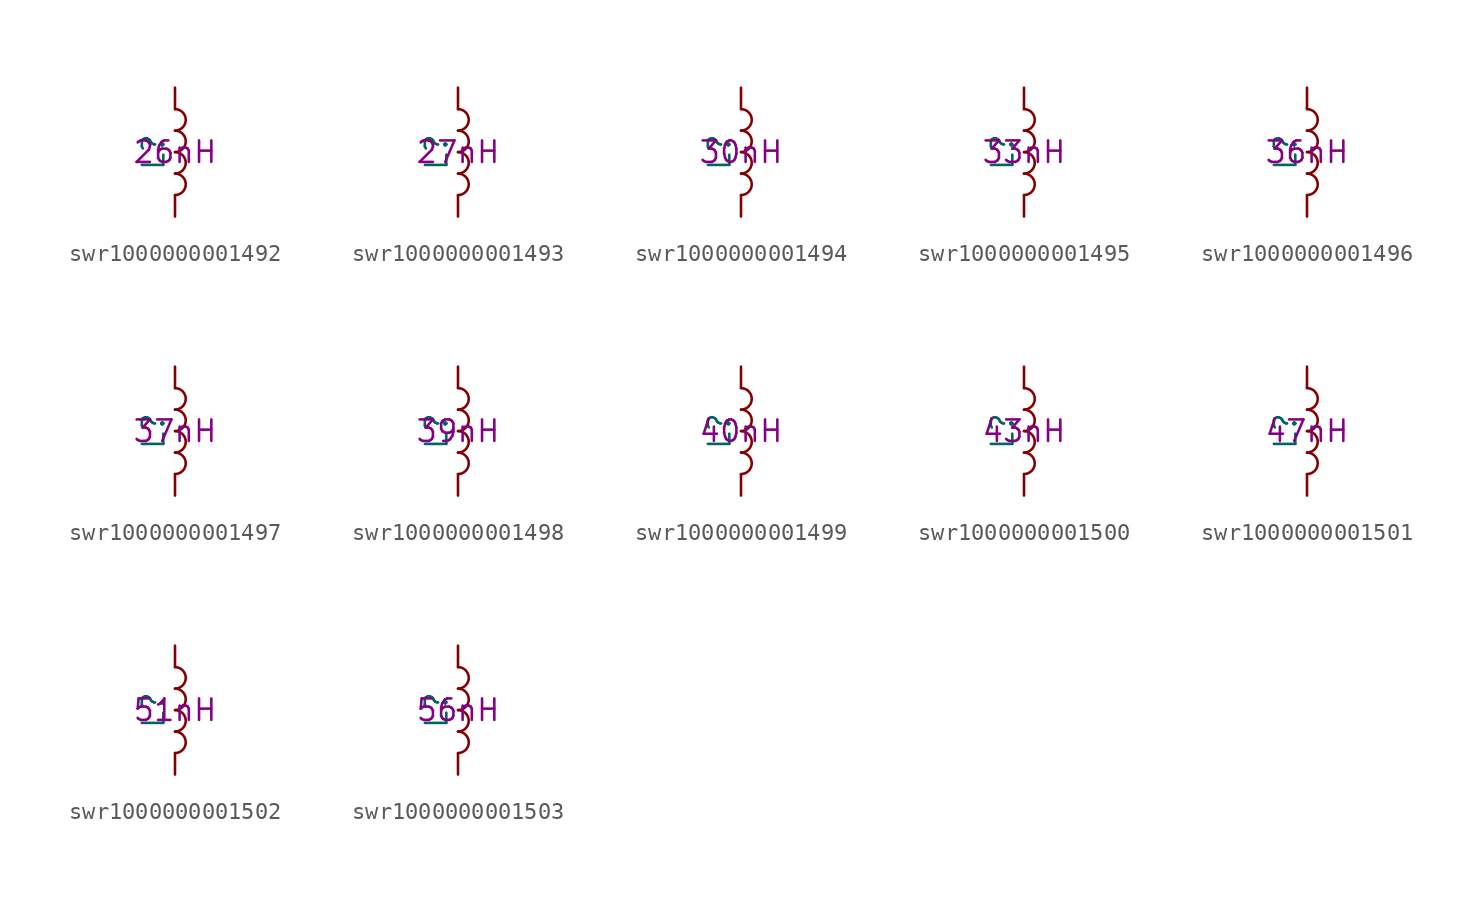
<source format=kicad_sym>
(kicad_symbol_lib
  (version 20220914)
  (generator kicad_symbol_editor)
  (symbol "swr1000000001492"
    (pin_numbers hide)
    (pin_names
      (offset 1.016) hide)
    (property "Reference" "L"
      (at -1.27 0 90)
      (effects (font (size 1.27 1.27))))
    (property "PartValue" "26nH"
      (at 0 0 0)
      (effects (font (size 1.27 1.27))))
    (symbol "swr1000000001492_0_1"
      (arc (start 0 -2.54) (mid 0.6323 -1.905) (end 0 -1.27) (stroke (width 0) (type default)) (fill (type none)))
      (arc (start 0 -1.27) (mid 0.6323 -0.635) (end 0 0) (stroke (width 0) (type default)) (fill (type none)))
      (arc (start 0 0) (mid 0.6323 0.635) (end 0 1.27) (stroke (width 0) (type default)) (fill (type none)))
      (arc (start 0 1.27) (mid 0.6323 1.905) (end 0 2.54) (stroke (width 0) (type default)) (fill (type none))))
    (symbol "swr1000000001492_1_1"
      (pin passive line (at 0 3.81 270) (length 1.27) (name "1" (effects (font (size 1.27 1.27)))) (number "1" (effects (font (size 1.27 1.27)))))
      (pin passive line (at 0 -3.81 90) (length 1.27) (name "2" (effects (font (size 1.27 1.27)))) (number "2" (effects (font (size 1.27 1.27)))))))
  (symbol "swr1000000001493"
    (pin_numbers hide)
    (pin_names
      (offset 1.016) hide)
    (property "Reference" "L"
      (at -1.27 0 90)
      (effects (font (size 1.27 1.27))))
    (property "PartValue" "27nH"
      (at 0 0 0)
      (effects (font (size 1.27 1.27))))
    (symbol "swr1000000001493_0_1"
      (arc (start 0 -2.54) (mid 0.6323 -1.905) (end 0 -1.27) (stroke (width 0) (type default)) (fill (type none)))
      (arc (start 0 -1.27) (mid 0.6323 -0.635) (end 0 0) (stroke (width 0) (type default)) (fill (type none)))
      (arc (start 0 0) (mid 0.6323 0.635) (end 0 1.27) (stroke (width 0) (type default)) (fill (type none)))
      (arc (start 0 1.27) (mid 0.6323 1.905) (end 0 2.54) (stroke (width 0) (type default)) (fill (type none))))
    (symbol "swr1000000001493_1_1"
      (pin passive line (at 0 3.81 270) (length 1.27) (name "1" (effects (font (size 1.27 1.27)))) (number "1" (effects (font (size 1.27 1.27)))))
      (pin passive line (at 0 -3.81 90) (length 1.27) (name "2" (effects (font (size 1.27 1.27)))) (number "2" (effects (font (size 1.27 1.27)))))))
  (symbol "swr1000000001494"
    (pin_numbers hide)
    (pin_names
      (offset 1.016) hide)
    (property "Reference" "L"
      (at -1.27 0 90)
      (effects (font (size 1.27 1.27))))
    (property "PartValue" "30nH"
      (at 0 0 0)
      (effects (font (size 1.27 1.27))))
    (symbol "swr1000000001494_0_1"
      (arc (start 0 -2.54) (mid 0.6323 -1.905) (end 0 -1.27) (stroke (width 0) (type default)) (fill (type none)))
      (arc (start 0 -1.27) (mid 0.6323 -0.635) (end 0 0) (stroke (width 0) (type default)) (fill (type none)))
      (arc (start 0 0) (mid 0.6323 0.635) (end 0 1.27) (stroke (width 0) (type default)) (fill (type none)))
      (arc (start 0 1.27) (mid 0.6323 1.905) (end 0 2.54) (stroke (width 0) (type default)) (fill (type none))))
    (symbol "swr1000000001494_1_1"
      (pin passive line (at 0 3.81 270) (length 1.27) (name "1" (effects (font (size 1.27 1.27)))) (number "1" (effects (font (size 1.27 1.27)))))
      (pin passive line (at 0 -3.81 90) (length 1.27) (name "2" (effects (font (size 1.27 1.27)))) (number "2" (effects (font (size 1.27 1.27)))))))
  (symbol "swr1000000001495"
    (pin_numbers hide)
    (pin_names
      (offset 1.016) hide)
    (property "Reference" "L"
      (at -1.27 0 90)
      (effects (font (size 1.27 1.27))))
    (property "PartValue" "33nH"
      (at 0 0 0)
      (effects (font (size 1.27 1.27))))
    (symbol "swr1000000001495_0_1"
      (arc (start 0 -2.54) (mid 0.6323 -1.905) (end 0 -1.27) (stroke (width 0) (type default)) (fill (type none)))
      (arc (start 0 -1.27) (mid 0.6323 -0.635) (end 0 0) (stroke (width 0) (type default)) (fill (type none)))
      (arc (start 0 0) (mid 0.6323 0.635) (end 0 1.27) (stroke (width 0) (type default)) (fill (type none)))
      (arc (start 0 1.27) (mid 0.6323 1.905) (end 0 2.54) (stroke (width 0) (type default)) (fill (type none))))
    (symbol "swr1000000001495_1_1"
      (pin passive line (at 0 3.81 270) (length 1.27) (name "1" (effects (font (size 1.27 1.27)))) (number "1" (effects (font (size 1.27 1.27)))))
      (pin passive line (at 0 -3.81 90) (length 1.27) (name "2" (effects (font (size 1.27 1.27)))) (number "2" (effects (font (size 1.27 1.27)))))))
  (symbol "swr1000000001496"
    (pin_numbers hide)
    (pin_names
      (offset 1.016) hide)
    (property "Reference" "L"
      (at -1.27 0 90)
      (effects (font (size 1.27 1.27))))
    (property "PartValue" "36nH"
      (at 0 0 0)
      (effects (font (size 1.27 1.27))))
    (symbol "swr1000000001496_0_1"
      (arc (start 0 -2.54) (mid 0.6323 -1.905) (end 0 -1.27) (stroke (width 0) (type default)) (fill (type none)))
      (arc (start 0 -1.27) (mid 0.6323 -0.635) (end 0 0) (stroke (width 0) (type default)) (fill (type none)))
      (arc (start 0 0) (mid 0.6323 0.635) (end 0 1.27) (stroke (width 0) (type default)) (fill (type none)))
      (arc (start 0 1.27) (mid 0.6323 1.905) (end 0 2.54) (stroke (width 0) (type default)) (fill (type none))))
    (symbol "swr1000000001496_1_1"
      (pin passive line (at 0 3.81 270) (length 1.27) (name "1" (effects (font (size 1.27 1.27)))) (number "1" (effects (font (size 1.27 1.27)))))
      (pin passive line (at 0 -3.81 90) (length 1.27) (name "2" (effects (font (size 1.27 1.27)))) (number "2" (effects (font (size 1.27 1.27)))))))
  (symbol "swr1000000001497"
    (pin_numbers hide)
    (pin_names
      (offset 1.016) hide)
    (property "Reference" "L"
      (at -1.27 0 90)
      (effects (font (size 1.27 1.27))))
    (property "PartValue" "37nH"
      (at 0 0 0)
      (effects (font (size 1.27 1.27))))
    (symbol "swr1000000001497_0_1"
      (arc (start 0 -2.54) (mid 0.6323 -1.905) (end 0 -1.27) (stroke (width 0) (type default)) (fill (type none)))
      (arc (start 0 -1.27) (mid 0.6323 -0.635) (end 0 0) (stroke (width 0) (type default)) (fill (type none)))
      (arc (start 0 0) (mid 0.6323 0.635) (end 0 1.27) (stroke (width 0) (type default)) (fill (type none)))
      (arc (start 0 1.27) (mid 0.6323 1.905) (end 0 2.54) (stroke (width 0) (type default)) (fill (type none))))
    (symbol "swr1000000001497_1_1"
      (pin passive line (at 0 3.81 270) (length 1.27) (name "1" (effects (font (size 1.27 1.27)))) (number "1" (effects (font (size 1.27 1.27)))))
      (pin passive line (at 0 -3.81 90) (length 1.27) (name "2" (effects (font (size 1.27 1.27)))) (number "2" (effects (font (size 1.27 1.27)))))))
  (symbol "swr1000000001498"
    (pin_numbers hide)
    (pin_names
      (offset 1.016) hide)
    (property "Reference" "L"
      (at -1.27 0 90)
      (effects (font (size 1.27 1.27))))
    (property "PartValue" "39nH"
      (at 0 0 0)
      (effects (font (size 1.27 1.27))))
    (symbol "swr1000000001498_0_1"
      (arc (start 0 -2.54) (mid 0.6323 -1.905) (end 0 -1.27) (stroke (width 0) (type default)) (fill (type none)))
      (arc (start 0 -1.27) (mid 0.6323 -0.635) (end 0 0) (stroke (width 0) (type default)) (fill (type none)))
      (arc (start 0 0) (mid 0.6323 0.635) (end 0 1.27) (stroke (width 0) (type default)) (fill (type none)))
      (arc (start 0 1.27) (mid 0.6323 1.905) (end 0 2.54) (stroke (width 0) (type default)) (fill (type none))))
    (symbol "swr1000000001498_1_1"
      (pin passive line (at 0 3.81 270) (length 1.27) (name "1" (effects (font (size 1.27 1.27)))) (number "1" (effects (font (size 1.27 1.27)))))
      (pin passive line (at 0 -3.81 90) (length 1.27) (name "2" (effects (font (size 1.27 1.27)))) (number "2" (effects (font (size 1.27 1.27)))))))
  (symbol "swr1000000001499"
    (pin_numbers hide)
    (pin_names
      (offset 1.016) hide)
    (property "Reference" "L"
      (at -1.27 0 90)
      (effects (font (size 1.27 1.27))))
    (property "PartValue" "40nH"
      (at 0 0 0)
      (effects (font (size 1.27 1.27))))
    (symbol "swr1000000001499_0_1"
      (arc (start 0 -2.54) (mid 0.6323 -1.905) (end 0 -1.27) (stroke (width 0) (type default)) (fill (type none)))
      (arc (start 0 -1.27) (mid 0.6323 -0.635) (end 0 0) (stroke (width 0) (type default)) (fill (type none)))
      (arc (start 0 0) (mid 0.6323 0.635) (end 0 1.27) (stroke (width 0) (type default)) (fill (type none)))
      (arc (start 0 1.27) (mid 0.6323 1.905) (end 0 2.54) (stroke (width 0) (type default)) (fill (type none))))
    (symbol "swr1000000001499_1_1"
      (pin passive line (at 0 3.81 270) (length 1.27) (name "1" (effects (font (size 1.27 1.27)))) (number "1" (effects (font (size 1.27 1.27)))))
      (pin passive line (at 0 -3.81 90) (length 1.27) (name "2" (effects (font (size 1.27 1.27)))) (number "2" (effects (font (size 1.27 1.27)))))))
  (symbol "swr1000000001500"
    (pin_numbers hide)
    (pin_names
      (offset 1.016) hide)
    (property "Reference" "L"
      (at -1.27 0 90)
      (effects (font (size 1.27 1.27))))
    (property "PartValue" "43nH"
      (at 0 0 0)
      (effects (font (size 1.27 1.27))))
    (symbol "swr1000000001500_0_1"
      (arc (start 0 -2.54) (mid 0.6323 -1.905) (end 0 -1.27) (stroke (width 0) (type default)) (fill (type none)))
      (arc (start 0 -1.27) (mid 0.6323 -0.635) (end 0 0) (stroke (width 0) (type default)) (fill (type none)))
      (arc (start 0 0) (mid 0.6323 0.635) (end 0 1.27) (stroke (width 0) (type default)) (fill (type none)))
      (arc (start 0 1.27) (mid 0.6323 1.905) (end 0 2.54) (stroke (width 0) (type default)) (fill (type none))))
    (symbol "swr1000000001500_1_1"
      (pin passive line (at 0 3.81 270) (length 1.27) (name "1" (effects (font (size 1.27 1.27)))) (number "1" (effects (font (size 1.27 1.27)))))
      (pin passive line (at 0 -3.81 90) (length 1.27) (name "2" (effects (font (size 1.27 1.27)))) (number "2" (effects (font (size 1.27 1.27)))))))
  (symbol "swr1000000001501"
    (pin_numbers hide)
    (pin_names
      (offset 1.016) hide)
    (property "Reference" "L"
      (at -1.27 0 90)
      (effects (font (size 1.27 1.27))))
    (property "PartValue" "47nH"
      (at 0 0 0)
      (effects (font (size 1.27 1.27))))
    (symbol "swr1000000001501_0_1"
      (arc (start 0 -2.54) (mid 0.6323 -1.905) (end 0 -1.27) (stroke (width 0) (type default)) (fill (type none)))
      (arc (start 0 -1.27) (mid 0.6323 -0.635) (end 0 0) (stroke (width 0) (type default)) (fill (type none)))
      (arc (start 0 0) (mid 0.6323 0.635) (end 0 1.27) (stroke (width 0) (type default)) (fill (type none)))
      (arc (start 0 1.27) (mid 0.6323 1.905) (end 0 2.54) (stroke (width 0) (type default)) (fill (type none))))
    (symbol "swr1000000001501_1_1"
      (pin passive line (at 0 3.81 270) (length 1.27) (name "1" (effects (font (size 1.27 1.27)))) (number "1" (effects (font (size 1.27 1.27)))))
      (pin passive line (at 0 -3.81 90) (length 1.27) (name "2" (effects (font (size 1.27 1.27)))) (number "2" (effects (font (size 1.27 1.27)))))))
  (symbol "swr1000000001502"
    (pin_numbers hide)
    (pin_names
      (offset 1.016) hide)
    (property "Reference" "L"
      (at -1.27 0 90)
      (effects (font (size 1.27 1.27))))
    (property "PartValue" "51nH"
      (at 0 0 0)
      (effects (font (size 1.27 1.27))))
    (symbol "swr1000000001502_0_1"
      (arc (start 0 -2.54) (mid 0.6323 -1.905) (end 0 -1.27) (stroke (width 0) (type default)) (fill (type none)))
      (arc (start 0 -1.27) (mid 0.6323 -0.635) (end 0 0) (stroke (width 0) (type default)) (fill (type none)))
      (arc (start 0 0) (mid 0.6323 0.635) (end 0 1.27) (stroke (width 0) (type default)) (fill (type none)))
      (arc (start 0 1.27) (mid 0.6323 1.905) (end 0 2.54) (stroke (width 0) (type default)) (fill (type none))))
    (symbol "swr1000000001502_1_1"
      (pin passive line (at 0 3.81 270) (length 1.27) (name "1" (effects (font (size 1.27 1.27)))) (number "1" (effects (font (size 1.27 1.27)))))
      (pin passive line (at 0 -3.81 90) (length 1.27) (name "2" (effects (font (size 1.27 1.27)))) (number "2" (effects (font (size 1.27 1.27)))))))
  (symbol "swr1000000001503"
    (pin_numbers hide)
    (pin_names
      (offset 1.016) hide)
    (property "Reference" "L"
      (at -1.27 0 90)
      (effects (font (size 1.27 1.27))))
    (property "PartValue" "56nH"
      (at 0 0 0)
      (effects (font (size 1.27 1.27))))
    (symbol "swr1000000001503_0_1"
      (arc (start 0 -2.54) (mid 0.6323 -1.905) (end 0 -1.27) (stroke (width 0) (type default)) (fill (type none)))
      (arc (start 0 -1.27) (mid 0.6323 -0.635) (end 0 0) (stroke (width 0) (type default)) (fill (type none)))
      (arc (start 0 0) (mid 0.6323 0.635) (end 0 1.27) (stroke (width 0) (type default)) (fill (type none)))
      (arc (start 0 1.27) (mid 0.6323 1.905) (end 0 2.54) (stroke (width 0) (type default)) (fill (type none))))
    (symbol "swr1000000001503_1_1"
      (pin passive line (at 0 3.81 270) (length 1.27) (name "1" (effects (font (size 1.27 1.27)))) (number "1" (effects (font (size 1.27 1.27)))))
      (pin passive line (at 0 -3.81 90) (length 1.27) (name "2" (effects (font (size 1.27 1.27)))) (number "2" (effects (font (size 1.27 1.27))))))))
</source>
